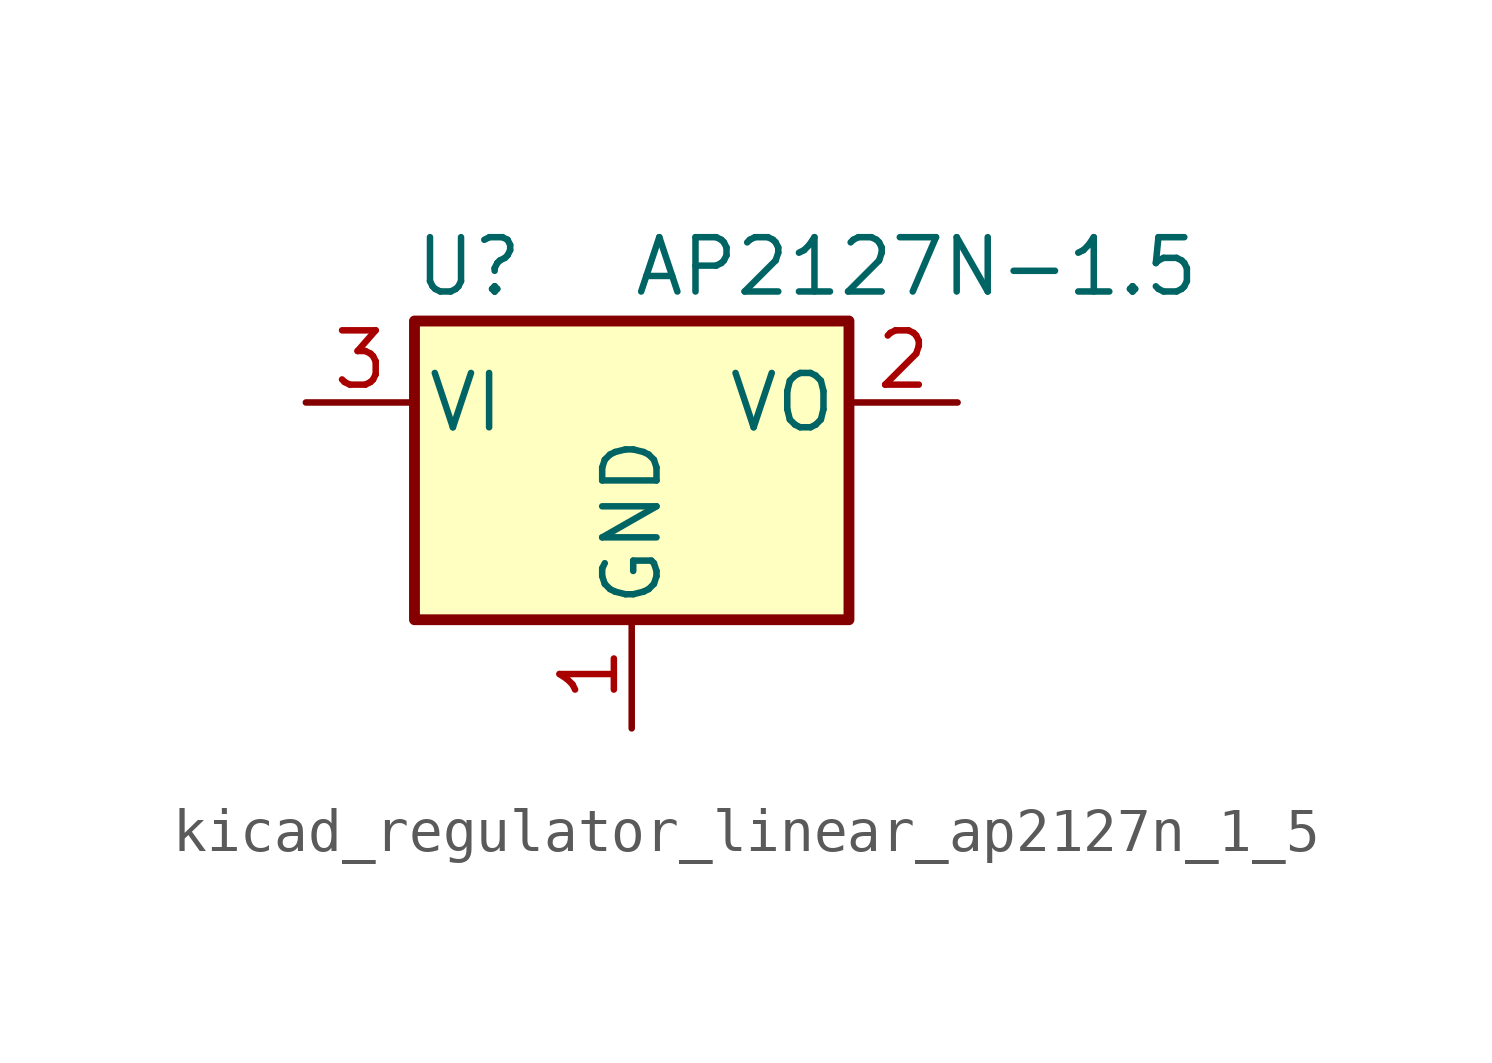
<source format=kicad_sym>
(kicad_symbol_lib
  (version 20220914)
  (generator kicad_symbol_editor)
  (symbol "kicad_regulator_linear_ap2127n_1_5"
    (pin_names
      (offset 0.254))
    (property "Reference" "U"
      (at -3.81 3.175 0)
      (effects (font (size 1.27 1.27))))
    (property "Value" "AP2127N-1.5"
      (at 0 3.175 0)
      (effects (font (size 1.27 1.27)) (justify left)))
    (symbol "kicad_regulator_linear_ap2127n_1_5_0_1"
      (rectangle (start -5.08 1.905) (end 5.08 -5.08) (stroke (width 0.254) (type default)) (fill (type background))))
    (symbol "kicad_regulator_linear_ap2127n_1_5_1_1"
      (pin power_in line (at 0 -7.62 90) (length 2.54) (name "GND" (effects (font (size 1.27 1.27)))) (number "1" (effects (font (size 1.27 1.27)))))
      (pin power_out line (at 7.62 0 180) (length 2.54) (name "VO" (effects (font (size 1.27 1.27)))) (number "2" (effects (font (size 1.27 1.27)))))
      (pin power_in line (at -7.62 0 0) (length 2.54) (name "VI" (effects (font (size 1.27 1.27)))) (number "3" (effects (font (size 1.27 1.27))))))))
</source>
